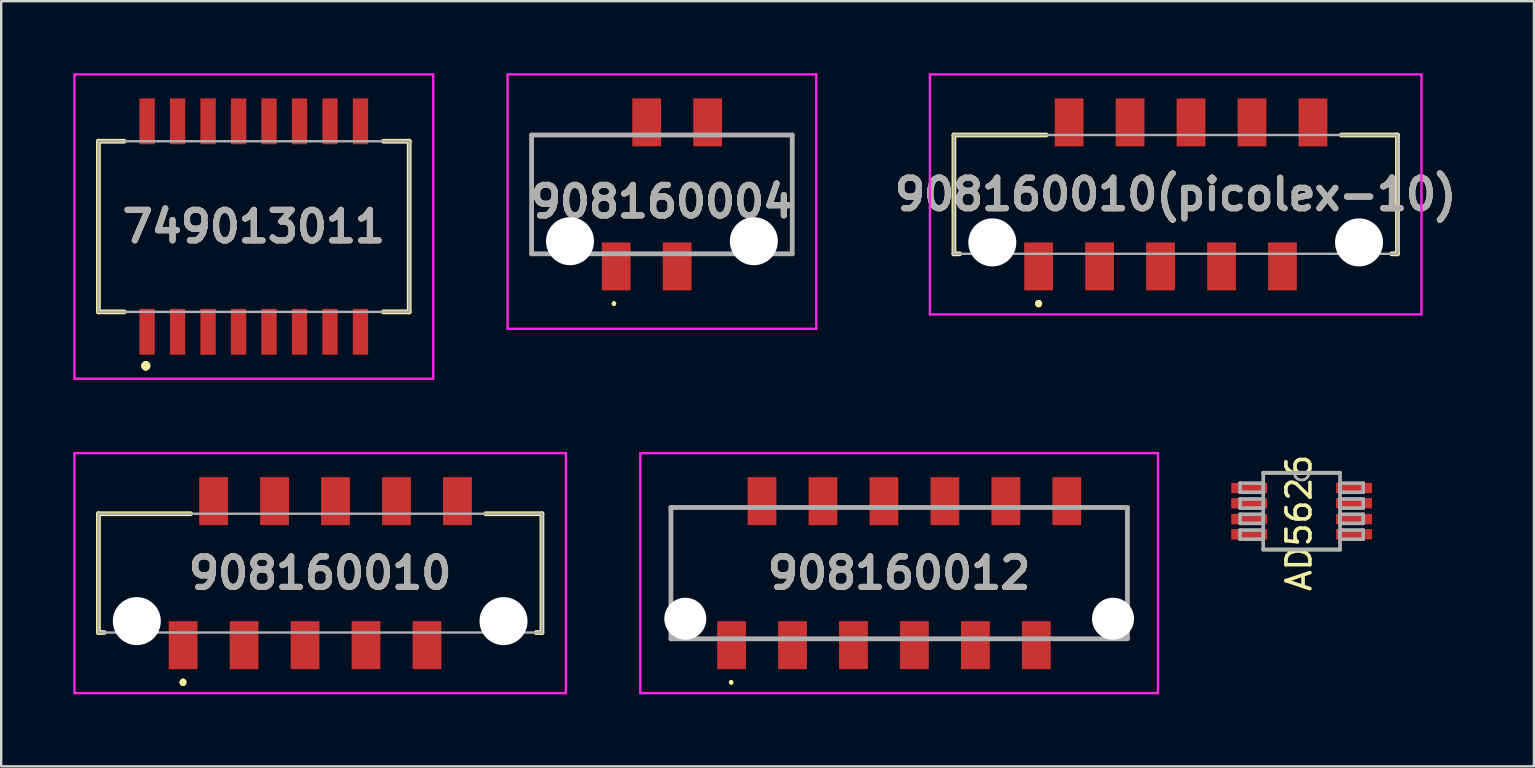
<source format=kicad_pcb>
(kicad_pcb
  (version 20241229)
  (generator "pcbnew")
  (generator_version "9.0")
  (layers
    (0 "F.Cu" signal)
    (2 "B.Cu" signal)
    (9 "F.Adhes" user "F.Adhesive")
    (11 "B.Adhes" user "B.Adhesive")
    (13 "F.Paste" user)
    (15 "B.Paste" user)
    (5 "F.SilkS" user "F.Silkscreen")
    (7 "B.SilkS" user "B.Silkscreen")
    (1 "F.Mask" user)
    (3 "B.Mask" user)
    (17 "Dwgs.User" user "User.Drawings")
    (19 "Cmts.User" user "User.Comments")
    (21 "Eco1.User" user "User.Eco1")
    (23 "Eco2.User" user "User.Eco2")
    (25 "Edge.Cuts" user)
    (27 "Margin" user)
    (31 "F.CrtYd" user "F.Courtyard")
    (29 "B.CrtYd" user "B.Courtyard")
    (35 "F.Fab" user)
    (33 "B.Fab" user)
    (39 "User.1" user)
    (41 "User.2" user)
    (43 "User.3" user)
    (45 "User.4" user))
  (footprint "908160010"
    (layer "F.Cu")
    (at 10.29 20.83)
    (property "Reference" "908160010" (at 0 0 0) (layer "F.SilkS") (effects (font (size 1.27 1.27) (thickness 0.254))))
    (attr through_hole)
    (fp_line (start -9.24 -2.475) (end -9.24 2.475) (stroke (width 0.2) (type solid)) (layer "F.SilkS"))
    (fp_line (start -9.24 2.475) (end -9 2.475) (stroke (width 0.2) (type solid)) (layer "F.SilkS"))
    (fp_line (start -5.71 4.5) (end -5.71 4.5) (stroke (width 0.2) (type solid)) (layer "F.SilkS"))
    (fp_line (start -5.71 4.5) (end -5.71 4.5) (stroke (width 0.2) (type solid)) (layer "F.SilkS"))
    (fp_line (start -5.71 4.6) (end -5.71 4.6) (stroke (width 0.2) (type solid)) (layer "F.SilkS"))
    (fp_line (start -5.4 -2.475) (end -9.24 -2.475) (stroke (width 0.2) (type solid)) (layer "F.SilkS"))
    (fp_line (start 9 2.475) (end 9.24 2.475) (stroke (width 0.2) (type solid)) (layer "F.SilkS"))
    (fp_line (start 9.24 -2.475) (end 6.9 -2.475) (stroke (width 0.2) (type solid)) (layer "F.SilkS"))
    (fp_line (start 9.24 2.475) (end 9.24 -2.475) (stroke (width 0.2) (type solid)) (layer "F.SilkS"))
    (fp_arc (start -5.71 4.5) (mid -5.66 4.55) (end -5.71 4.6) (stroke (width 0.2) (type solid)) (layer "F.SilkS"))
    (fp_arc (start -5.71 4.6) (mid -5.76 4.55) (end -5.71 4.5) (stroke (width 0.2) (type solid)) (layer "F.SilkS"))
    (fp_arc (start -5.71 4.6) (mid -5.76 4.55) (end -5.71 4.5) (stroke (width 0.2) (type solid)) (layer "F.SilkS"))
    (fp_line (start -10.24 -5) (end 10.24 -5) (stroke (width 0.1) (type solid)) (layer "F.CrtYd"))
    (fp_line (start -10.24 5) (end -10.24 -5) (stroke (width 0.1) (type solid)) (layer "F.CrtYd"))
    (fp_line (start 10.24 -5) (end 10.24 5) (stroke (width 0.1) (type solid)) (layer "F.CrtYd"))
    (fp_line (start 10.24 5) (end -10.24 5) (stroke (width 0.1) (type solid)) (layer "F.CrtYd"))
    (fp_line (start -9.24 -2.475) (end -9.24 2.475) (stroke (width 0.1) (type solid)) (layer "F.Fab"))
    (fp_line (start -9.24 2.475) (end 9.24 2.475) (stroke (width 0.1) (type solid)) (layer "F.Fab"))
    (fp_line (start 9.24 -2.475) (end -9.24 -2.475) (stroke (width 0.1) (type solid)) (layer "F.Fab"))
    (fp_line (start 9.24 2.475) (end 9.24 -2.475) (stroke (width 0.1) (type solid)) (layer "F.Fab"))
    (fp_text user "${REFERENCE}" (at 0 0 0) (layer "F.Fab") (effects (font (size 1.27 1.27) (thickness 0.254))))
    (pad "" np_thru_hole circle (at -7.64 2) (size 2 2) (drill 2) (layers "*.Cu" "*.Mask"))
    (pad "" np_thru_hole circle (at 7.64 2) (size 2 2) (drill 2) (layers "*.Cu" "*.Mask"))
    (pad "1" smd rect (at -5.71 3) (size 1.2 2) (layers "F.Cu" "F.Mask" "F.Paste"))
    (pad "2" smd rect (at -4.44 -3) (size 1.2 2) (layers "F.Cu" "F.Mask" "F.Paste"))
    (pad "3" smd rect (at -3.17 3) (size 1.2 2) (layers "F.Cu" "F.Mask" "F.Paste"))
    (pad "4" smd rect (at -1.9 -3) (size 1.2 2) (layers "F.Cu" "F.Mask" "F.Paste"))
    (pad "5" smd rect (at -0.63 3) (size 1.2 2) (layers "F.Cu" "F.Mask" "F.Paste"))
    (pad "6" smd rect (at 0.64 -3) (size 1.2 2) (layers "F.Cu" "F.Mask" "F.Paste"))
    (pad "7" smd rect (at 1.91 3) (size 1.2 2) (layers "F.Cu" "F.Mask" "F.Paste"))
    (pad "8" smd rect (at 3.18 -3) (size 1.2 2) (layers "F.Cu" "F.Mask" "F.Paste"))
    (pad "9" smd rect (at 4.45 3) (size 1.2 2) (layers "F.Cu" "F.Mask" "F.Paste"))
    (pad "10" smd rect (at 5.72 -3) (size 1.2 2) (layers "F.Cu" "F.Mask" "F.Paste")))
  (footprint "908160004"
    (layer "F.Cu")
    (at 24.53 5.05)
    (property "Reference" "908160004" (at 0 0.3 0) (layer "F.SilkS") (effects (font (size 1.27 1.27) (thickness 0.254))))
    (attr through_hole)
    (fp_line (start -5.43 -2.475) (end -2 -2.475) (stroke (width 0.1) (type solid)) (layer "F.SilkS"))
    (fp_line (start -5.43 1.95) (end -5.43 -2.475) (stroke (width 0.1) (type solid)) (layer "F.SilkS"))
    (fp_line (start -5.43 2.5) (end -5.43 1.5) (stroke (width 0.1) (type solid)) (layer "F.SilkS"))
    (fp_line (start -2 4.5) (end -2 4.5) (stroke (width 0.1) (type solid)) (layer "F.SilkS"))
    (fp_line (start -2 4.6) (end -2 4.6) (stroke (width 0.1) (type solid)) (layer "F.SilkS"))
    (fp_line (start 3 -2.475) (end 5.43 -2.475) (stroke (width 0.1) (type solid)) (layer "F.SilkS"))
    (fp_line (start 5.43 -2.475) (end 5.43 2.475) (stroke (width 0.1) (type solid)) (layer "F.SilkS"))
    (fp_arc (start -2 4.5) (mid -1.95 4.55) (end -2 4.6) (stroke (width 0.1) (type solid)) (layer "F.SilkS"))
    (fp_arc (start -2 4.6) (mid -2.05 4.55) (end -2 4.5) (stroke (width 0.1) (type solid)) (layer "F.SilkS"))
    (fp_line (start -6.43 -5) (end 6.43 -5) (stroke (width 0.1) (type solid)) (layer "F.CrtYd"))
    (fp_line (start -6.43 5.6) (end -6.43 -5) (stroke (width 0.1) (type solid)) (layer "F.CrtYd"))
    (fp_line (start 6.43 -5) (end 6.43 5.6) (stroke (width 0.1) (type solid)) (layer "F.CrtYd"))
    (fp_line (start 6.43 5.6) (end -6.43 5.6) (stroke (width 0.1) (type solid)) (layer "F.CrtYd"))
    (fp_line (start -5.43 -2.475) (end 5.43 -2.475) (stroke (width 0.2) (type solid)) (layer "F.Fab"))
    (fp_line (start -5.43 2.475) (end -5.43 -2.475) (stroke (width 0.2) (type solid)) (layer "F.Fab"))
    (fp_line (start 5.43 -2.475) (end 5.43 2.475) (stroke (width 0.2) (type solid)) (layer "F.Fab"))
    (fp_line (start 5.43 2.475) (end -5.43 2.475) (stroke (width 0.2) (type solid)) (layer "F.Fab"))
    (fp_text user "${REFERENCE}" (at 0 0.3 0) (layer "F.Fab") (effects (font (size 1.27 1.27) (thickness 0.254))))
    (pad "" np_thru_hole circle (at -3.83 1.95) (size 2 2) (drill 2) (layers "*.Cu" "*.Mask"))
    (pad "" np_thru_hole circle (at 3.83 1.95) (size 2 2) (drill 2) (layers "*.Cu" "*.Mask"))
    (pad "1" smd rect (at -1.905 3) (size 1.2 2) (layers "F.Cu" "F.Mask" "F.Paste"))
    (pad "2" smd rect (at -0.635 -3) (size 1.2 2) (layers "F.Cu" "F.Mask" "F.Paste"))
    (pad "3" smd rect (at 0.635 3) (size 1.2 2) (layers "F.Cu" "F.Mask" "F.Paste"))
    (pad "4" smd rect (at 1.905 -3) (size 1.2 2) (layers "F.Cu" "F.Mask" "F.Paste")))
  (footprint "749013011"
    (layer "F.Cu")
    (at 7.525 6.39)
    (property "Reference" "749013011" (at 0 0 0) (layer "F.SilkS") (effects (font (size 1.27 1.27) (thickness 0.254))))
    (attr smd)
    (fp_line (start -6.475 -3.555) (end -6.475 3.555) (stroke (width 0.2) (type solid)) (layer "F.SilkS"))
    (fp_line (start -6.475 3.555) (end -5.4 3.555) (stroke (width 0.2) (type solid)) (layer "F.SilkS"))
    (fp_line (start -5.4 -3.555) (end -6.475 -3.555) (stroke (width 0.2) (type solid)) (layer "F.SilkS"))
    (fp_line (start -4.5 5.7) (end -4.5 5.7) (stroke (width 0.2) (type solid)) (layer "F.SilkS"))
    (fp_line (start -4.5 5.9) (end -4.5 5.9) (stroke (width 0.2) (type solid)) (layer "F.SilkS"))
    (fp_line (start 5.4 -3.555) (end 6.475 -3.555) (stroke (width 0.2) (type solid)) (layer "F.SilkS"))
    (fp_line (start 6.475 -3.555) (end 6.475 3.555) (stroke (width 0.2) (type solid)) (layer "F.SilkS"))
    (fp_line (start 6.475 3.555) (end 5.4 3.555) (stroke (width 0.2) (type solid)) (layer "F.SilkS"))
    (fp_arc (start -4.5 5.7) (mid -4.4 5.8) (end -4.5 5.9) (stroke (width 0.2) (type solid)) (layer "F.SilkS"))
    (fp_arc (start -4.5 5.9) (mid -4.6 5.8) (end -4.5 5.7) (stroke (width 0.2) (type solid)) (layer "F.SilkS"))
    (fp_line (start -7.475 -6.34) (end 7.475 -6.34) (stroke (width 0.1) (type solid)) (layer "F.CrtYd"))
    (fp_line (start -7.475 6.34) (end -7.475 -6.34) (stroke (width 0.1) (type solid)) (layer "F.CrtYd"))
    (fp_line (start 7.475 -6.34) (end 7.475 6.34) (stroke (width 0.1) (type solid)) (layer "F.CrtYd"))
    (fp_line (start 7.475 6.34) (end -7.475 6.34) (stroke (width 0.1) (type solid)) (layer "F.CrtYd"))
    (fp_line (start -6.475 -3.555) (end 6.475 -3.555) (stroke (width 0.1) (type solid)) (layer "F.Fab"))
    (fp_line (start -6.475 3.555) (end -6.475 -3.555) (stroke (width 0.1) (type solid)) (layer "F.Fab"))
    (fp_line (start 6.475 -3.555) (end 6.475 3.555) (stroke (width 0.1) (type solid)) (layer "F.Fab"))
    (fp_line (start 6.475 3.555) (end -6.475 3.555) (stroke (width 0.1) (type solid)) (layer "F.Fab"))
    (fp_text user "${REFERENCE}" (at 0 0 0) (layer "F.Fab") (effects (font (size 1.27 1.27) (thickness 0.254))))
    (pad "1" smd rect (at -4.445 4.385) (size 0.64 1.91) (layers "F.Cu" "F.Mask" "F.Paste"))
    (pad "2" smd rect (at -3.175 4.385) (size 0.64 1.91) (layers "F.Cu" "F.Mask" "F.Paste"))
    (pad "3" smd rect (at -1.905 4.385) (size 0.64 1.91) (layers "F.Cu" "F.Mask" "F.Paste"))
    (pad "4" smd rect (at -0.635 4.385) (size 0.64 1.91) (layers "F.Cu" "F.Mask" "F.Paste"))
    (pad "5" smd rect (at 0.635 4.385) (size 0.64 1.91) (layers "F.Cu" "F.Mask" "F.Paste"))
    (pad "6" smd rect (at 1.905 4.385) (size 0.64 1.91) (layers "F.Cu" "F.Mask" "F.Paste"))
    (pad "7" smd rect (at 3.175 4.385) (size 0.64 1.91) (layers "F.Cu" "F.Mask" "F.Paste"))
    (pad "8" smd rect (at 4.445 4.385) (size 0.64 1.91) (layers "F.Cu" "F.Mask" "F.Paste"))
    (pad "9" smd rect (at 4.445 -4.385) (size 0.64 1.91) (layers "F.Cu" "F.Mask" "F.Paste"))
    (pad "10" smd rect (at 3.175 -4.385) (size 0.64 1.91) (layers "F.Cu" "F.Mask" "F.Paste"))
    (pad "11" smd rect (at 1.905 -4.385) (size 0.64 1.91) (layers "F.Cu" "F.Mask" "F.Paste"))
    (pad "12" smd rect (at 0.635 -4.385) (size 0.64 1.91) (layers "F.Cu" "F.Mask" "F.Paste"))
    (pad "13" smd rect (at -0.635 -4.385) (size 0.64 1.91) (layers "F.Cu" "F.Mask" "F.Paste"))
    (pad "14" smd rect (at -1.905 -4.385) (size 0.64 1.91) (layers "F.Cu" "F.Mask" "F.Paste"))
    (pad "15" smd rect (at -3.175 -4.385) (size 0.64 1.91) (layers "F.Cu" "F.Mask" "F.Paste"))
    (pad "16" smd rect (at -4.445 -4.385) (size 0.64 1.91) (layers "F.Cu" "F.Mask" "F.Paste")))
  (footprint "908160010(picolex-10)"
    (layer "F.Cu")
    (at 45.936 5.05)
    (property "Reference" "908160010(picolex-10)" (at 0 0 0) (layer "F.SilkS") (effects (font (size 1.27 1.27) (thickness 0.254))))
    (attr through_hole)
    (fp_line (start -9.24 -2.475) (end -9.24 2.475) (stroke (width 0.2) (type solid)) (layer "F.SilkS"))
    (fp_line (start -9.24 2.475) (end -9 2.475) (stroke (width 0.2) (type solid)) (layer "F.SilkS"))
    (fp_line (start -5.71 4.5) (end -5.71 4.5) (stroke (width 0.2) (type solid)) (layer "F.SilkS"))
    (fp_line (start -5.71 4.5) (end -5.71 4.5) (stroke (width 0.2) (type solid)) (layer "F.SilkS"))
    (fp_line (start -5.71 4.6) (end -5.71 4.6) (stroke (width 0.2) (type solid)) (layer "F.SilkS"))
    (fp_line (start -5.4 -2.475) (end -9.24 -2.475) (stroke (width 0.2) (type solid)) (layer "F.SilkS"))
    (fp_line (start 9 2.475) (end 9.24 2.475) (stroke (width 0.2) (type solid)) (layer "F.SilkS"))
    (fp_line (start 9.24 -2.475) (end 6.9 -2.475) (stroke (width 0.2) (type solid)) (layer "F.SilkS"))
    (fp_line (start 9.24 2.475) (end 9.24 -2.475) (stroke (width 0.2) (type solid)) (layer "F.SilkS"))
    (fp_arc (start -5.71 4.5) (mid -5.66 4.55) (end -5.71 4.6) (stroke (width 0.2) (type solid)) (layer "F.SilkS"))
    (fp_arc (start -5.71 4.6) (mid -5.76 4.55) (end -5.71 4.5) (stroke (width 0.2) (type solid)) (layer "F.SilkS"))
    (fp_arc (start -5.71 4.6) (mid -5.76 4.55) (end -5.71 4.5) (stroke (width 0.2) (type solid)) (layer "F.SilkS"))
    (fp_line (start -10.24 -5) (end 10.24 -5) (stroke (width 0.1) (type solid)) (layer "F.CrtYd"))
    (fp_line (start -10.24 5) (end -10.24 -5) (stroke (width 0.1) (type solid)) (layer "F.CrtYd"))
    (fp_line (start 10.24 -5) (end 10.24 5) (stroke (width 0.1) (type solid)) (layer "F.CrtYd"))
    (fp_line (start 10.24 5) (end -10.24 5) (stroke (width 0.1) (type solid)) (layer "F.CrtYd"))
    (fp_line (start -9.24 -2.475) (end -9.24 2.475) (stroke (width 0.1) (type solid)) (layer "F.Fab"))
    (fp_line (start -9.24 2.475) (end 9.24 2.475) (stroke (width 0.1) (type solid)) (layer "F.Fab"))
    (fp_line (start 9.24 -2.475) (end -9.24 -2.475) (stroke (width 0.1) (type solid)) (layer "F.Fab"))
    (fp_line (start 9.24 2.475) (end 9.24 -2.475) (stroke (width 0.1) (type solid)) (layer "F.Fab"))
    (fp_text user "${REFERENCE}" (at 0 0 0) (layer "F.Fab") (effects (font (size 1.27 1.27) (thickness 0.254))))
    (pad "" np_thru_hole circle (at -7.64 2) (size 2 2) (drill 2) (layers "*.Cu" "*.Mask"))
    (pad "" np_thru_hole circle (at 7.64 2) (size 2 2) (drill 2) (layers "*.Cu" "*.Mask"))
    (pad "1" smd rect (at -5.71 3) (size 1.2 2) (layers "F.Cu" "F.Mask" "F.Paste"))
    (pad "2" smd rect (at -4.44 -3) (size 1.2 2) (layers "F.Cu" "F.Mask" "F.Paste"))
    (pad "3" smd rect (at -3.17 3) (size 1.2 2) (layers "F.Cu" "F.Mask" "F.Paste"))
    (pad "4" smd rect (at -1.9 -3) (size 1.2 2) (layers "F.Cu" "F.Mask" "F.Paste"))
    (pad "5" smd rect (at -0.63 3) (size 1.2 2) (layers "F.Cu" "F.Mask" "F.Paste"))
    (pad "6" smd rect (at 0.64 -3) (size 1.2 2) (layers "F.Cu" "F.Mask" "F.Paste"))
    (pad "7" smd rect (at 1.91 3) (size 1.2 2) (layers "F.Cu" "F.Mask" "F.Paste"))
    (pad "8" smd rect (at 3.18 -3) (size 1.2 2) (layers "F.Cu" "F.Mask" "F.Paste"))
    (pad "9" smd rect (at 4.45 3) (size 1.2 2) (layers "F.Cu" "F.Mask" "F.Paste"))
    (pad "10" smd rect (at 5.72 -3) (size 1.2 2) (layers "F.Cu" "F.Mask" "F.Paste")))
  (footprint "908160012"
    (layer "F.Cu")
    (at 34.415 20.83)
    (property "Reference" "908160012" (at 0 0 180) (layer "F.SilkS") (effects (font (size 1.27 1.27) (thickness 0.254))))
    (attr through_hole)
    (fp_line (start -9.51 -2.735) (end -9.51 0.8) (stroke (width 0.1) (type solid)) (layer "F.SilkS"))
    (fp_line (start -7 4.5) (end -7 4.5) (stroke (width 0.1) (type solid)) (layer "F.SilkS"))
    (fp_line (start -7 4.6) (end -7 4.6) (stroke (width 0.1) (type solid)) (layer "F.SilkS"))
    (fp_line (start -6.8 -2.735) (end -9.51 -2.735) (stroke (width 0.1) (type solid)) (layer "F.SilkS"))
    (fp_line (start 9.51 -2.735) (end 8 -2.735) (stroke (width 0.1) (type solid)) (layer "F.SilkS"))
    (fp_line (start 9.51 0.8) (end 9.51 -2.735) (stroke (width 0.1) (type solid)) (layer "F.SilkS"))
    (fp_arc (start -7 4.5) (mid -6.95 4.55) (end -7 4.6) (stroke (width 0.1) (type solid)) (layer "F.SilkS"))
    (fp_arc (start -7 4.6) (mid -7.05 4.55) (end -7 4.5) (stroke (width 0.1) (type solid)) (layer "F.SilkS"))
    (fp_line (start -10.785 -5) (end 10.785 -5) (stroke (width 0.1) (type solid)) (layer "F.CrtYd"))
    (fp_line (start -10.785 5) (end -10.785 -5) (stroke (width 0.1) (type solid)) (layer "F.CrtYd"))
    (fp_line (start 10.785 -5) (end 10.785 5) (stroke (width 0.1) (type solid)) (layer "F.CrtYd"))
    (fp_line (start 10.785 5) (end -10.785 5) (stroke (width 0.1) (type solid)) (layer "F.CrtYd"))
    (fp_line (start -9.51 -2.735) (end -9.51 2.735) (stroke (width 0.2) (type solid)) (layer "F.Fab"))
    (fp_line (start -9.51 2.735) (end 9.51 2.735) (stroke (width 0.2) (type solid)) (layer "F.Fab"))
    (fp_line (start 9.51 -2.735) (end -9.51 -2.735) (stroke (width 0.2) (type solid)) (layer "F.Fab"))
    (fp_line (start 9.51 2.735) (end 9.51 -2.735) (stroke (width 0.2) (type solid)) (layer "F.Fab"))
    (fp_text user "${REFERENCE}" (at 0 0 180) (layer "F.Fab") (effects (font (size 1.27 1.27) (thickness 0.254))))
    (pad "" np_thru_hole circle (at -8.91 1.9) (size 1.75 1.75) (drill 1.75) (layers "*.Cu" "*.Mask"))
    (pad "" np_thru_hole circle (at 8.91 1.9) (size 1.75 1.75) (drill 1.75) (layers "*.Cu" "*.Mask"))
    (pad "1" smd rect (at -6.985 3) (size 1.2 2) (layers "F.Cu" "F.Mask" "F.Paste"))
    (pad "2" smd rect (at -5.715 -3) (size 1.2 2) (layers "F.Cu" "F.Mask" "F.Paste"))
    (pad "3" smd rect (at -4.445 3) (size 1.2 2) (layers "F.Cu" "F.Mask" "F.Paste"))
    (pad "4" smd rect (at -3.175 -3) (size 1.2 2) (layers "F.Cu" "F.Mask" "F.Paste"))
    (pad "5" smd rect (at -1.905 3) (size 1.2 2) (layers "F.Cu" "F.Mask" "F.Paste"))
    (pad "6" smd rect (at -0.635 -3) (size 1.2 2) (layers "F.Cu" "F.Mask" "F.Paste"))
    (pad "7" smd rect (at 0.635 3) (size 1.2 2) (layers "F.Cu" "F.Mask" "F.Paste"))
    (pad "8" smd rect (at 1.905 -3) (size 1.2 2) (layers "F.Cu" "F.Mask" "F.Paste"))
    (pad "9" smd rect (at 3.175 3) (size 1.2 2) (layers "F.Cu" "F.Mask" "F.Paste"))
    (pad "10" smd rect (at 4.445 -3) (size 1.2 2) (layers "F.Cu" "F.Mask" "F.Paste"))
    (pad "11" smd rect (at 5.715 3) (size 1.2 2) (layers "F.Cu" "F.Mask" "F.Paste"))
    (pad "12" smd rect (at 6.985 -3) (size 1.2 2) (layers "F.Cu" "F.Mask" "F.Paste")))
  (footprint "AD5626"
    (layer "F.Cu")
    (at 51.184 18.248)
    (property "Reference" "AD5626" (at -0.11 0.49 270) (layer "F.SilkS") (effects (font (size 1 1) (thickness 0.15))))
    (attr smd)
    (fp_line (start -1.6 1.6) (end 1.6 1.6) (stroke (width 0.152) (type solid)) (layer "F.SilkS"))
    (fp_line (start -0.305 -1.6) (end -1.6 -1.6) (stroke (width 0.152) (type solid)) (layer "F.SilkS"))
    (fp_line (start 0.305 -1.6) (end -0.305 -1.6) (stroke (width 0.152) (type solid)) (layer "F.SilkS"))
    (fp_line (start 1.6 -1.6) (end 0.305 -1.6) (stroke (width 0.152) (type solid)) (layer "F.SilkS"))
    (fp_arc (start 0.3048 -1.6002) (mid 0 -1.2954) (end -0.3048 -1.6002) (stroke (width 0.1) (type solid)) (layer "F.SilkS"))
    (fp_line (start -2.565 -1.168) (end -2.565 -0.787) (stroke (width 0.152) (type solid)) (layer "F.Fab"))
    (fp_line (start -2.565 -0.787) (end -1.6 -0.787) (stroke (width 0.152) (type solid)) (layer "F.Fab"))
    (fp_line (start -2.565 -0.508) (end -2.565 -0.127) (stroke (width 0.152) (type solid)) (layer "F.Fab"))
    (fp_line (start -2.565 -0.127) (end -1.6 -0.127) (stroke (width 0.152) (type solid)) (layer "F.Fab"))
    (fp_line (start -2.565 0.127) (end -2.565 0.508) (stroke (width 0.152) (type solid)) (layer "F.Fab"))
    (fp_line (start -2.565 0.508) (end -1.6 0.508) (stroke (width 0.152) (type solid)) (layer "F.Fab"))
    (fp_line (start -2.565 0.787) (end -2.565 1.168) (stroke (width 0.152) (type solid)) (layer "F.Fab"))
    (fp_line (start -2.565 1.168) (end -1.6 1.168) (stroke (width 0.152) (type solid)) (layer "F.Fab"))
    (fp_line (start -1.6 -1.6) (end -1.6 1.6) (stroke (width 0.152) (type solid)) (layer "F.Fab"))
    (fp_line (start -1.6 -1.168) (end -2.565 -1.168) (stroke (width 0.152) (type solid)) (layer "F.Fab"))
    (fp_line (start -1.6 -0.787) (end -1.6 -1.168) (stroke (width 0.152) (type solid)) (layer "F.Fab"))
    (fp_line (start -1.6 -0.508) (end -2.565 -0.508) (stroke (width 0.152) (type solid)) (layer "F.Fab"))
    (fp_line (start -1.6 -0.127) (end -1.6 -0.508) (stroke (width 0.152) (type solid)) (layer "F.Fab"))
    (fp_line (start -1.6 0.127) (end -2.565 0.127) (stroke (width 0.152) (type solid)) (layer "F.Fab"))
    (fp_line (start -1.6 0.508) (end -1.6 0.127) (stroke (width 0.152) (type solid)) (layer "F.Fab"))
    (fp_line (start -1.6 0.787) (end -2.565 0.787) (stroke (width 0.152) (type solid)) (layer "F.Fab"))
    (fp_line (start -1.6 1.168) (end -1.6 0.787) (stroke (width 0.152) (type solid)) (layer "F.Fab"))
    (fp_line (start -1.6 1.6) (end 1.6 1.6) (stroke (width 0.152) (type solid)) (layer "F.Fab"))
    (fp_line (start -0.305 -1.6) (end -1.6 -1.6) (stroke (width 0.152) (type solid)) (layer "F.Fab"))
    (fp_line (start 0.305 -1.6) (end -0.305 -1.6) (stroke (width 0.152) (type solid)) (layer "F.Fab"))
    (fp_line (start 1.6 -1.6) (end 0.305 -1.6) (stroke (width 0.152) (type solid)) (layer "F.Fab"))
    (fp_line (start 1.6 -1.168) (end 1.6 -0.787) (stroke (width 0.152) (type solid)) (layer "F.Fab"))
    (fp_line (start 1.6 -0.787) (end 2.565 -0.787) (stroke (width 0.152) (type solid)) (layer "F.Fab"))
    (fp_line (start 1.6 -0.508) (end 1.6 -0.127) (stroke (width 0.152) (type solid)) (layer "F.Fab"))
    (fp_line (start 1.6 -0.127) (end 2.565 -0.127) (stroke (width 0.152) (type solid)) (layer "F.Fab"))
    (fp_line (start 1.6 0.127) (end 1.6 0.508) (stroke (width 0.152) (type solid)) (layer "F.Fab"))
    (fp_line (start 1.6 0.508) (end 2.565 0.508) (stroke (width 0.152) (type solid)) (layer "F.Fab"))
    (fp_line (start 1.6 0.787) (end 1.6 1.168) (stroke (width 0.152) (type solid)) (layer "F.Fab"))
    (fp_line (start 1.6 1.168) (end 2.565 1.168) (stroke (width 0.152) (type solid)) (layer "F.Fab"))
    (fp_line (start 1.6 1.6) (end 1.6 -1.6) (stroke (width 0.152) (type solid)) (layer "F.Fab"))
    (fp_line (start 2.565 -1.168) (end 1.6 -1.168) (stroke (width 0.152) (type solid)) (layer "F.Fab"))
    (fp_line (start 2.565 -0.787) (end 2.565 -1.168) (stroke (width 0.152) (type solid)) (layer "F.Fab"))
    (fp_line (start 2.565 -0.508) (end 1.6 -0.508) (stroke (width 0.152) (type solid)) (layer "F.Fab"))
    (fp_line (start 2.565 -0.127) (end 2.565 -0.508) (stroke (width 0.152) (type solid)) (layer "F.Fab"))
    (fp_line (start 2.565 0.127) (end 1.6 0.127) (stroke (width 0.152) (type solid)) (layer "F.Fab"))
    (fp_line (start 2.565 0.508) (end 2.565 0.127) (stroke (width 0.152) (type solid)) (layer "F.Fab"))
    (fp_line (start 2.565 0.787) (end 1.6 0.787) (stroke (width 0.152) (type solid)) (layer "F.Fab"))
    (fp_line (start 2.565 1.168) (end 2.565 0.787) (stroke (width 0.152) (type solid)) (layer "F.Fab"))
    (fp_arc (start 0.3048 -1.6002) (mid 0 -1.2954) (end -0.3048 -1.6002) (stroke (width 0.1) (type solid)) (layer "F.Fab"))
    (pad "1" smd rect (at -2.184 -0.965) (size 1.499 0.432) (layers "F.Cu" "F.Mask" "F.Paste"))
    (pad "2" smd rect (at -2.184 -0.33) (size 1.499 0.432) (layers "F.Cu" "F.Mask" "F.Paste"))
    (pad "3" smd rect (at -2.184 0.33) (size 1.499 0.432) (layers "F.Cu" "F.Mask" "F.Paste"))
    (pad "4" smd rect (at -2.184 0.965) (size 1.499 0.432) (layers "F.Cu" "F.Mask" "F.Paste"))
    (pad "5" smd rect (at 2.184 0.965) (size 1.499 0.432) (layers "F.Cu" "F.Mask" "F.Paste"))
    (pad "6" smd rect (at 2.184 0.33) (size 1.499 0.432) (layers "F.Cu" "F.Mask" "F.Paste"))
    (pad "7" smd rect (at 2.184 -0.33) (size 1.499 0.432) (layers "F.Cu" "F.Mask" "F.Paste"))
    (pad "8" smd rect (at 2.184 -0.965) (size 1.499 0.432) (layers "F.Cu" "F.Mask" "F.Paste")))
  (gr_rect
    (start -3 -3)
    (end 60.862 28.88)
    (stroke (width 0.1) (type default))
    (fill no)
    (layer "Edge.Cuts")))
</source>
